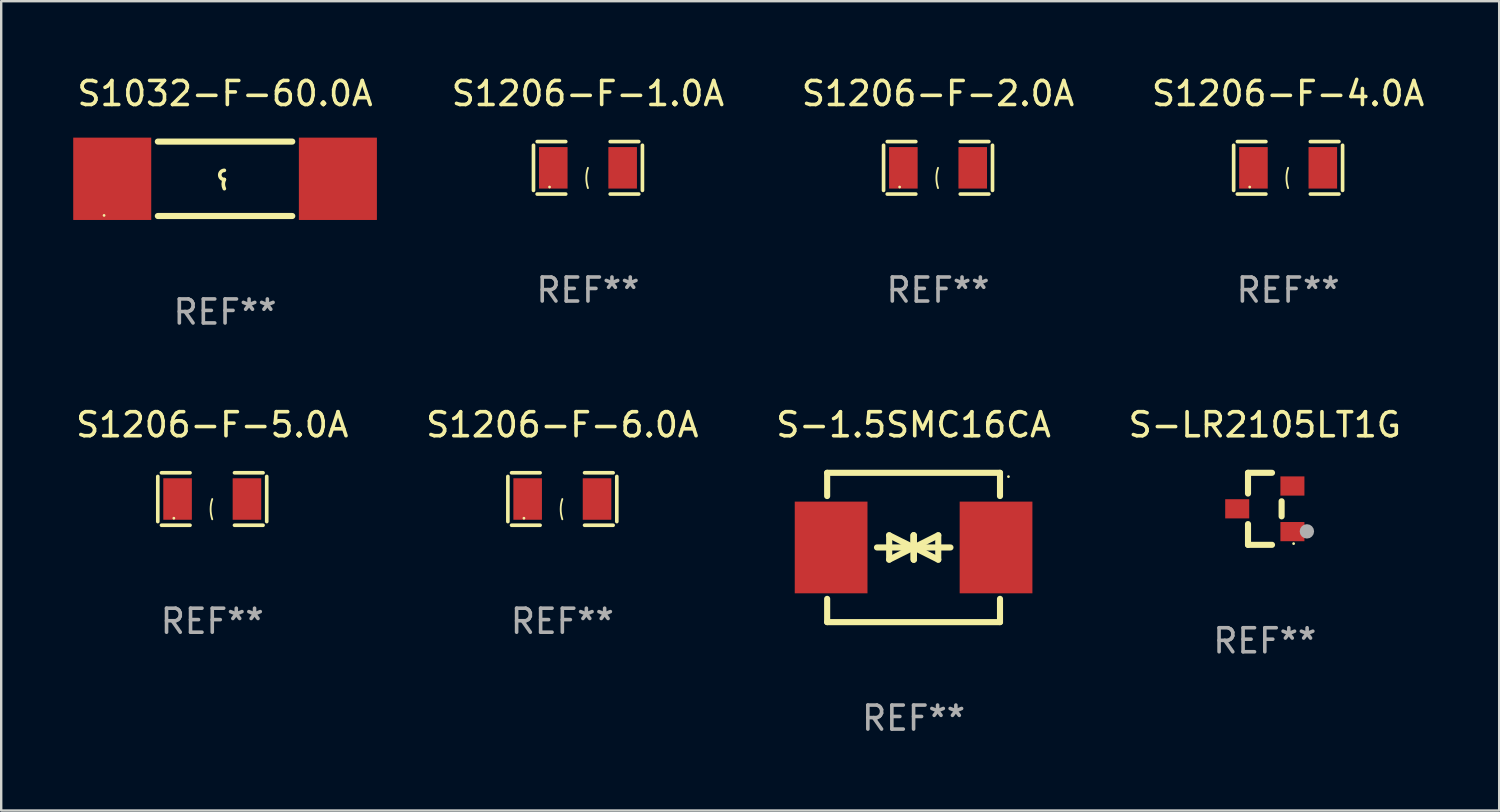
<source format=kicad_pcb>
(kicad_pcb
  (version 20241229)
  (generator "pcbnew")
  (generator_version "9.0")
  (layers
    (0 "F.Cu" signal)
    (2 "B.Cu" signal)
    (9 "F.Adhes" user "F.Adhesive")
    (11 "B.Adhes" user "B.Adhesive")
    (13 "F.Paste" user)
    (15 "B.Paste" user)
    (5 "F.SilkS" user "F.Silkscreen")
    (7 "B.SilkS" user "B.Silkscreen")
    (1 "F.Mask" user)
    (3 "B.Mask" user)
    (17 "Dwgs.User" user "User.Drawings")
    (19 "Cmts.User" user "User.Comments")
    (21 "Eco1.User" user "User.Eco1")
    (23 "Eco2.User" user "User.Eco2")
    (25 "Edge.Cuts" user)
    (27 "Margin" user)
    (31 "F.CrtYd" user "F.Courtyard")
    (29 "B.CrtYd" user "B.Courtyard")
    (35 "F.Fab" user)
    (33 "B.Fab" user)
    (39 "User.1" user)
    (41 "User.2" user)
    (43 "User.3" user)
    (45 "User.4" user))
  (footprint "S1206-F-4.0A"
    (layer "F.Cu")
    (at 50.608 3.941)
    (property "Reference" "S1206-F-4.0A" (at 0 -3.093 0) (layer "F.SilkS") (effects (font (size 1 1) (thickness 0.15))))
    (attr through_hole)
    (fp_line (start -2.269 -0.94) (end -2.269 0.94) (stroke (width 0.152) (type solid)) (layer "F.SilkS"))
    (fp_line (start -2.116 1.093) (end -0.926 1.093) (stroke (width 0.152) (type solid)) (layer "F.SilkS"))
    (fp_line (start -0.926 -1.093) (end -2.116 -1.093) (stroke (width 0.152) (type solid)) (layer "F.SilkS"))
    (fp_line (start 0.926 -1.093) (end 2.116 -1.093) (stroke (width 0.152) (type solid)) (layer "F.SilkS"))
    (fp_line (start 2.116 1.093) (end 0.926 1.093) (stroke (width 0.152) (type solid)) (layer "F.SilkS"))
    (fp_line (start 2.269 -0.94) (end 2.269 0.94) (stroke (width 0.152) (type solid)) (layer "F.SilkS"))
    (fp_arc (start 0 0.844951) (mid -0.068559 0.422475) (end 0 0) (stroke (width 0.0762) (type solid)) (layer "F.SilkS"))
    (fp_circle (center -1.6 0.8) (end -1.57 0.8) (stroke (width 0.06) (type solid)) (fill no) (layer "F.SilkS"))
    (fp_text user "REF**" (at 0 5.093 0) (layer "F.Fab") (effects (font (size 1 1) (thickness 0.15))))
    (pad "1" smd rect (at -1.445 0) (size 1.19 1.728) (layers "F.Cu" "F.Mask" "F.Paste"))
    (pad "2" smd rect (at 1.445 0) (size 1.19 1.728) (layers "F.Cu" "F.Mask" "F.Paste")))
  (footprint "S1206-F-5.0A"
    (layer "F.Cu")
    (at 5.792 17.737)
    (property "Reference" "S1206-F-5.0A" (at 0 -3.093 0) (layer "F.SilkS") (effects (font (size 1 1) (thickness 0.15))))
    (attr through_hole)
    (fp_line (start -2.269 -0.94) (end -2.269 0.94) (stroke (width 0.152) (type solid)) (layer "F.SilkS"))
    (fp_line (start -2.116 1.093) (end -0.926 1.093) (stroke (width 0.152) (type solid)) (layer "F.SilkS"))
    (fp_line (start -0.926 -1.093) (end -2.116 -1.093) (stroke (width 0.152) (type solid)) (layer "F.SilkS"))
    (fp_line (start 0.926 -1.093) (end 2.116 -1.093) (stroke (width 0.152) (type solid)) (layer "F.SilkS"))
    (fp_line (start 2.116 1.093) (end 0.926 1.093) (stroke (width 0.152) (type solid)) (layer "F.SilkS"))
    (fp_line (start 2.269 -0.94) (end 2.269 0.94) (stroke (width 0.152) (type solid)) (layer "F.SilkS"))
    (fp_arc (start 0 0.844951) (mid -0.068559 0.422475) (end 0 0) (stroke (width 0.0762) (type solid)) (layer "F.SilkS"))
    (fp_circle (center -1.6 0.8) (end -1.57 0.8) (stroke (width 0.06) (type solid)) (fill no) (layer "F.SilkS"))
    (fp_text user "REF**" (at 0 5.093 0) (layer "F.Fab") (effects (font (size 1 1) (thickness 0.15))))
    (pad "1" smd rect (at -1.445 0) (size 1.19 1.728) (layers "F.Cu" "F.Mask" "F.Paste"))
    (pad "2" smd rect (at 1.445 0) (size 1.19 1.728) (layers "F.Cu" "F.Mask" "F.Paste")))
  (footprint "S1032-F-60.0A"
    (layer "F.Cu")
    (at 6.325 4.398)
    (property "Reference" "S1032-F-60.0A" (at 0 -3.55 0) (layer "F.SilkS") (effects (font (size 1 1) (thickness 0.15))))
    (attr through_hole)
    (fp_line (start -2.8 -1.55) (end 2.8 -1.55) (stroke (width 0.254) (type solid)) (layer "F.SilkS"))
    (fp_line (start -2.8 1.55) (end 2.8 1.55) (stroke (width 0.254) (type solid)) (layer "F.SilkS"))
    (fp_arc (start -0.029896 0.030074) (mid -0.220397 -0.160427) (end -0.029896 -0.350928) (stroke (width 0.151994) (type solid)) (layer "F.SilkS"))
    (fp_arc (start -0.029896 0.411075) (mid -0.074867 0.220574) (end -0.029896 0.030074) (stroke (width 0.151994) (type solid)) (layer "F.SilkS"))
    (fp_circle (center -5.04 1.525) (end -5.01 1.525) (stroke (width 0.06) (type solid)) (fill no) (layer "F.SilkS"))
    (fp_text user "REF**" (at 0 5.55 0) (layer "F.Fab") (effects (font (size 1 1) (thickness 0.15))))
    (pad "1" smd rect (at -4.7 0) (size 3.25 3.43) (layers "F.Cu" "F.Mask" "F.Paste"))
    (pad "2" smd rect (at 4.7 0) (size 3.25 3.43) (layers "F.Cu" "F.Mask" "F.Paste")))
  (footprint "S1206-F-2.0A"
    (layer "F.Cu")
    (at 36.025 3.941)
    (property "Reference" "S1206-F-2.0A" (at 0 -3.093 0) (layer "F.SilkS") (effects (font (size 1 1) (thickness 0.15))))
    (attr through_hole)
    (fp_line (start -2.269 -0.94) (end -2.269 0.94) (stroke (width 0.152) (type solid)) (layer "F.SilkS"))
    (fp_line (start -2.116 1.093) (end -0.926 1.093) (stroke (width 0.152) (type solid)) (layer "F.SilkS"))
    (fp_line (start -0.926 -1.093) (end -2.116 -1.093) (stroke (width 0.152) (type solid)) (layer "F.SilkS"))
    (fp_line (start 0.926 -1.093) (end 2.116 -1.093) (stroke (width 0.152) (type solid)) (layer "F.SilkS"))
    (fp_line (start 2.116 1.093) (end 0.926 1.093) (stroke (width 0.152) (type solid)) (layer "F.SilkS"))
    (fp_line (start 2.269 -0.94) (end 2.269 0.94) (stroke (width 0.152) (type solid)) (layer "F.SilkS"))
    (fp_arc (start 0 0.844951) (mid -0.068559 0.422475) (end 0 0) (stroke (width 0.0762) (type solid)) (layer "F.SilkS"))
    (fp_circle (center -1.6 0.8) (end -1.57 0.8) (stroke (width 0.06) (type solid)) (fill no) (layer "F.SilkS"))
    (fp_text user "REF**" (at 0 5.093 0) (layer "F.Fab") (effects (font (size 1 1) (thickness 0.15))))
    (pad "1" smd rect (at -1.445 0) (size 1.19 1.728) (layers "F.Cu" "F.Mask" "F.Paste"))
    (pad "2" smd rect (at 1.445 0) (size 1.19 1.728) (layers "F.Cu" "F.Mask" "F.Paste")))
  (footprint "S-LR2105LT1G"
    (layer "F.Cu")
    (at 49.637 18.145)
    (property "Reference" "S-LR2105LT1G" (at 0 -3.5 0) (layer "F.SilkS") (effects (font (size 1 1) (thickness 0.15))))
    (attr through_hole)
    (fp_line (start -0.7 -1.5) (end 0.3 -1.5) (stroke (width 0.254) (type solid)) (layer "F.SilkS"))
    (fp_line (start -0.7 -0.636) (end -0.7 -1.5) (stroke (width 0.254) (type solid)) (layer "F.SilkS"))
    (fp_line (start -0.7 1.5) (end -0.7 0.636) (stroke (width 0.254) (type solid)) (layer "F.SilkS"))
    (fp_line (start -0.7 1.5) (end 0.3 1.5) (stroke (width 0.254) (type solid)) (layer "F.SilkS"))
    (fp_line (start 0.7 0.314) (end 0.7 -0.314) (stroke (width 0.254) (type solid)) (layer "F.SilkS"))
    (fp_circle (center 1.2 1.45) (end 1.23 1.45) (stroke (width 0.06) (type solid)) (fill no) (layer "F.SilkS"))
    (fp_circle (center 1.753 0.94) (end 1.903 0.94) (stroke (width 0.3) (type solid)) (fill no) (layer "F.Fab"))
    (fp_text user "REF**" (at 0 5.5 0) (layer "F.Fab") (effects (font (size 1 1) (thickness 0.15))))
    (pad "1" smd rect (at 1.15 0.95 180) (size 1 0.8) (layers "F.Cu" "F.Mask" "F.Paste"))
    (pad "2" smd rect (at 1.15 -0.95 180) (size 1 0.8) (layers "F.Cu" "F.Mask" "F.Paste"))
    (pad "3" smd rect (at -1.15 -0.000051 180) (size 1 0.8) (layers "F.Cu" "F.Mask" "F.Paste")))
  (footprint "S-1.5SMC16CA"
    (layer "F.Cu")
    (at 35.006 19.755)
    (property "Reference" "S-1.5SMC16CA" (at 0 -5.11 0) (layer "F.SilkS") (effects (font (size 1 1) (thickness 0.15))))
    (attr through_hole)
    (fp_line (start -3.6 -2.141) (end -3.6 -3.11) (stroke (width 0.254) (type solid)) (layer "F.SilkS"))
    (fp_line (start -3.6 3.11) (end -3.6 2.141) (stroke (width 0.254) (type solid)) (layer "F.SilkS"))
    (fp_line (start -1.524 0) (end 0.508 0) (stroke (width 0.254) (type solid)) (layer "F.SilkS"))
    (fp_line (start -1.016 -0.508) (end -1.016 0.508) (stroke (width 0.254) (type solid)) (layer "F.SilkS"))
    (fp_line (start -1.016 0.508) (end 0 0) (stroke (width 0.254) (type solid)) (layer "F.SilkS"))
    (fp_line (start 0 -0.508) (end 0 0.508) (stroke (width 0.254) (type solid)) (layer "F.SilkS"))
    (fp_line (start 0 0) (end -1.016 -0.508) (stroke (width 0.254) (type solid)) (layer "F.SilkS"))
    (fp_line (start 0 0) (end 0 -0.508) (stroke (width 0.254) (type solid)) (layer "F.SilkS"))
    (fp_line (start 0.012 0) (end 0.012 0.508) (stroke (width 0.254) (type solid)) (layer "F.SilkS"))
    (fp_line (start 0.012 0) (end 1.028 0.508) (stroke (width 0.254) (type solid)) (layer "F.SilkS"))
    (fp_line (start 0.012 0.508) (end 0.012 -0.508) (stroke (width 0.254) (type solid)) (layer "F.SilkS"))
    (fp_line (start 1.028 -0.508) (end 0.012 0) (stroke (width 0.254) (type solid)) (layer "F.SilkS"))
    (fp_line (start 1.028 0.508) (end 1.028 -0.508) (stroke (width 0.254) (type solid)) (layer "F.SilkS"))
    (fp_line (start 1.536 0) (end -0.496 0) (stroke (width 0.254) (type solid)) (layer "F.SilkS"))
    (fp_line (start 3.6 -3.11) (end -3.6 -3.11) (stroke (width 0.254) (type solid)) (layer "F.SilkS"))
    (fp_line (start 3.6 -2.141) (end 3.6 -3.11) (stroke (width 0.254) (type solid)) (layer "F.SilkS"))
    (fp_line (start 3.6 3.11) (end -3.6 3.11) (stroke (width 0.254) (type solid)) (layer "F.SilkS"))
    (fp_line (start 3.6 3.11) (end 3.6 2.141) (stroke (width 0.254) (type solid)) (layer "F.SilkS"))
    (fp_circle (center 3.952 -2.95) (end 3.982 -2.95) (stroke (width 0.06) (type solid)) (fill no) (layer "F.SilkS"))
    (fp_text user "REF**" (at 0 7.11 0) (layer "F.Fab") (effects (font (size 1 1) (thickness 0.15))))
    (pad "1" smd rect (at 3.435 0) (size 3.03 3.82) (layers "F.Cu" "F.Mask" "F.Paste"))
    (pad "2" smd rect (at -3.435 0) (size 3.03 3.82) (layers "F.Cu" "F.Mask" "F.Paste")))
  (footprint "S1206-F-1.0A"
    (layer "F.Cu")
    (at 21.442 3.941)
    (property "Reference" "S1206-F-1.0A" (at 0 -3.093 0) (layer "F.SilkS") (effects (font (size 1 1) (thickness 0.15))))
    (attr through_hole)
    (fp_line (start -2.269 -0.94) (end -2.269 0.94) (stroke (width 0.152) (type solid)) (layer "F.SilkS"))
    (fp_line (start -2.116 1.093) (end -0.926 1.093) (stroke (width 0.152) (type solid)) (layer "F.SilkS"))
    (fp_line (start -0.926 -1.093) (end -2.116 -1.093) (stroke (width 0.152) (type solid)) (layer "F.SilkS"))
    (fp_line (start 0.926 -1.093) (end 2.116 -1.093) (stroke (width 0.152) (type solid)) (layer "F.SilkS"))
    (fp_line (start 2.116 1.093) (end 0.926 1.093) (stroke (width 0.152) (type solid)) (layer "F.SilkS"))
    (fp_line (start 2.269 -0.94) (end 2.269 0.94) (stroke (width 0.152) (type solid)) (layer "F.SilkS"))
    (fp_arc (start 0 0.844951) (mid -0.068559 0.422475) (end 0 0) (stroke (width 0.0762) (type solid)) (layer "F.SilkS"))
    (fp_circle (center -1.6 0.8) (end -1.57 0.8) (stroke (width 0.06) (type solid)) (fill no) (layer "F.SilkS"))
    (fp_text user "REF**" (at 0 5.093 0) (layer "F.Fab") (effects (font (size 1 1) (thickness 0.15))))
    (pad "1" smd rect (at -1.445 0) (size 1.19 1.728) (layers "F.Cu" "F.Mask" "F.Paste"))
    (pad "2" smd rect (at 1.445 0) (size 1.19 1.728) (layers "F.Cu" "F.Mask" "F.Paste")))
  (footprint "S1206-F-6.0A"
    (layer "F.Cu")
    (at 20.375 17.737)
    (property "Reference" "S1206-F-6.0A" (at 0 -3.093 0) (layer "F.SilkS") (effects (font (size 1 1) (thickness 0.15))))
    (attr through_hole)
    (fp_line (start -2.269 -0.94) (end -2.269 0.94) (stroke (width 0.152) (type solid)) (layer "F.SilkS"))
    (fp_line (start -2.116 1.093) (end -0.926 1.093) (stroke (width 0.152) (type solid)) (layer "F.SilkS"))
    (fp_line (start -0.926 -1.093) (end -2.116 -1.093) (stroke (width 0.152) (type solid)) (layer "F.SilkS"))
    (fp_line (start 0.926 -1.093) (end 2.116 -1.093) (stroke (width 0.152) (type solid)) (layer "F.SilkS"))
    (fp_line (start 2.116 1.093) (end 0.926 1.093) (stroke (width 0.152) (type solid)) (layer "F.SilkS"))
    (fp_line (start 2.269 -0.94) (end 2.269 0.94) (stroke (width 0.152) (type solid)) (layer "F.SilkS"))
    (fp_arc (start 0 0.844951) (mid -0.068559 0.422475) (end 0 0) (stroke (width 0.0762) (type solid)) (layer "F.SilkS"))
    (fp_circle (center -1.6 0.8) (end -1.57 0.8) (stroke (width 0.06) (type solid)) (fill no) (layer "F.SilkS"))
    (fp_text user "REF**" (at 0 5.093 0) (layer "F.Fab") (effects (font (size 1 1) (thickness 0.15))))
    (pad "1" smd rect (at -1.445 0) (size 1.19 1.728) (layers "F.Cu" "F.Mask" "F.Paste"))
    (pad "2" smd rect (at 1.445 0) (size 1.19 1.728) (layers "F.Cu" "F.Mask" "F.Paste")))
  (gr_rect
    (start -3 -3)
    (end 59.4 30.713)
    (stroke (width 0.1) (type default))
    (fill no)
    (layer "Edge.Cuts")))
</source>
